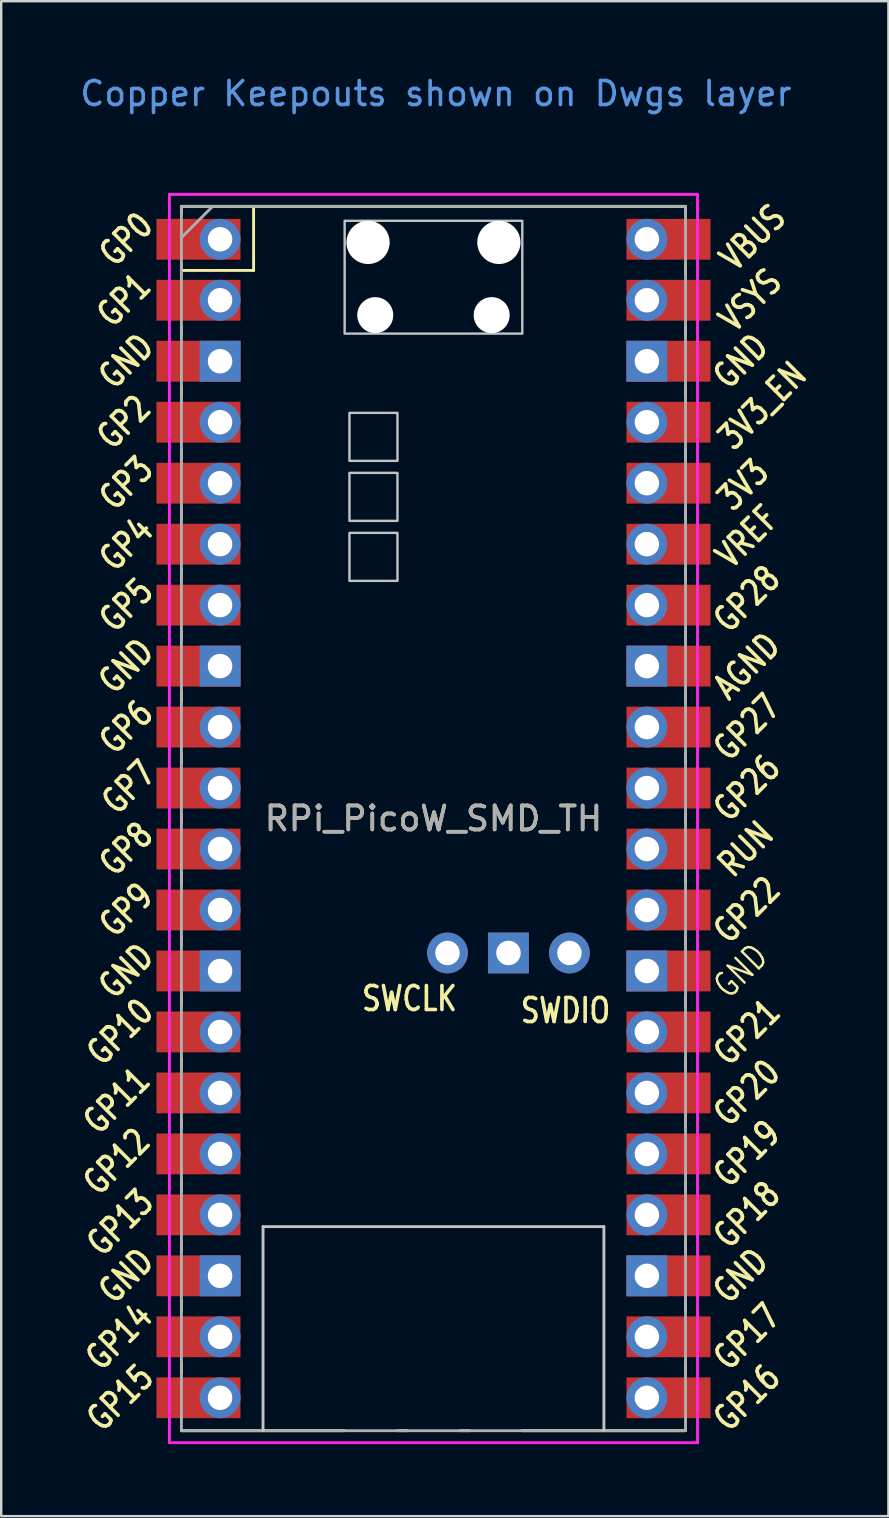
<source format=kicad_pcb>
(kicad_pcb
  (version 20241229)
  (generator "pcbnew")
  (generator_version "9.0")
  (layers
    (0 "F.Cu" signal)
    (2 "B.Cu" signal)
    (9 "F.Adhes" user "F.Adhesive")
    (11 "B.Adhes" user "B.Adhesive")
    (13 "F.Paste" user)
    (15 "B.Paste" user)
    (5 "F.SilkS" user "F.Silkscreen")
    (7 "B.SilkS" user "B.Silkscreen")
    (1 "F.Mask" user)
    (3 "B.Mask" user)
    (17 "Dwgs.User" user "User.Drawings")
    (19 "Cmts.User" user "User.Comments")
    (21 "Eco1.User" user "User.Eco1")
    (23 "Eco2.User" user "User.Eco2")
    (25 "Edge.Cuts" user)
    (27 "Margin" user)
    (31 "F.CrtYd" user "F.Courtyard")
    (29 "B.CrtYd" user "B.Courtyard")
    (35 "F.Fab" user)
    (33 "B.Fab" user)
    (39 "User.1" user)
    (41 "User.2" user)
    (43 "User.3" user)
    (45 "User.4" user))
  (footprint "RPi_PicoW_SMD_TH"
    (layer "F.Cu")
    (at 15.007 31.048)
    (property "Reference" "RPi_PicoW_SMD_TH" (at 0 0 0) (layer "F.SilkS") (effects (font (size 1 1) (thickness 0.15))))
    (attr through_hole)
    (fp_line (start -10.5 -25.5) (end -10.5 -25.2) (stroke (width 0.12) (type solid)) (layer "F.SilkS"))
    (fp_line (start -10.5 -25.5) (end 10.5 -25.5) (stroke (width 0.12) (type solid)) (layer "F.SilkS"))
    (fp_line (start -10.5 -23.1) (end -10.5 -22.7) (stroke (width 0.12) (type solid)) (layer "F.SilkS"))
    (fp_line (start -10.5 -22.833) (end -7.493 -22.833) (stroke (width 0.12) (type solid)) (layer "F.SilkS"))
    (fp_line (start -10.5 -20.5) (end -10.5 -20.1) (stroke (width 0.12) (type solid)) (layer "F.SilkS"))
    (fp_line (start -10.5 -18) (end -10.5 -17.6) (stroke (width 0.12) (type solid)) (layer "F.SilkS"))
    (fp_line (start -10.5 -15.4) (end -10.5 -15) (stroke (width 0.12) (type solid)) (layer "F.SilkS"))
    (fp_line (start -10.5 -12.9) (end -10.5 -12.5) (stroke (width 0.12) (type solid)) (layer "F.SilkS"))
    (fp_line (start -10.5 -10.4) (end -10.5 -10) (stroke (width 0.12) (type solid)) (layer "F.SilkS"))
    (fp_line (start -10.5 -7.8) (end -10.5 -7.4) (stroke (width 0.12) (type solid)) (layer "F.SilkS"))
    (fp_line (start -10.5 -5.3) (end -10.5 -4.9) (stroke (width 0.12) (type solid)) (layer "F.SilkS"))
    (fp_line (start -10.5 -2.7) (end -10.5 -2.3) (stroke (width 0.12) (type solid)) (layer "F.SilkS"))
    (fp_line (start -10.5 -0.2) (end -10.5 0.2) (stroke (width 0.12) (type solid)) (layer "F.SilkS"))
    (fp_line (start -10.5 2.3) (end -10.5 2.7) (stroke (width 0.12) (type solid)) (layer "F.SilkS"))
    (fp_line (start -10.5 4.9) (end -10.5 5.3) (stroke (width 0.12) (type solid)) (layer "F.SilkS"))
    (fp_line (start -10.5 7.4) (end -10.5 7.8) (stroke (width 0.12) (type solid)) (layer "F.SilkS"))
    (fp_line (start -10.5 10) (end -10.5 10.4) (stroke (width 0.12) (type solid)) (layer "F.SilkS"))
    (fp_line (start -10.5 12.5) (end -10.5 12.9) (stroke (width 0.12) (type solid)) (layer "F.SilkS"))
    (fp_line (start -10.5 15.1) (end -10.5 15.5) (stroke (width 0.12) (type solid)) (layer "F.SilkS"))
    (fp_line (start -10.5 17.6) (end -10.5 18) (stroke (width 0.12) (type solid)) (layer "F.SilkS"))
    (fp_line (start -10.5 20.1) (end -10.5 20.5) (stroke (width 0.12) (type solid)) (layer "F.SilkS"))
    (fp_line (start -10.5 22.7) (end -10.5 23.1) (stroke (width 0.12) (type solid)) (layer "F.SilkS"))
    (fp_line (start -7.493 -22.833) (end -7.493 -25.5) (stroke (width 0.12) (type solid)) (layer "F.SilkS"))
    (fp_line (start -3.7 25.5) (end -10.5 25.5) (stroke (width 0.12) (type solid)) (layer "F.SilkS"))
    (fp_line (start -1.5 25.5) (end -1.1 25.5) (stroke (width 0.12) (type solid)) (layer "F.SilkS"))
    (fp_line (start 1.1 25.5) (end 1.5 25.5) (stroke (width 0.12) (type solid)) (layer "F.SilkS"))
    (fp_line (start 10.5 -25.5) (end 10.5 -25.2) (stroke (width 0.12) (type solid)) (layer "F.SilkS"))
    (fp_line (start 10.5 -23.1) (end 10.5 -22.7) (stroke (width 0.12) (type solid)) (layer "F.SilkS"))
    (fp_line (start 10.5 -20.5) (end 10.5 -20.1) (stroke (width 0.12) (type solid)) (layer "F.SilkS"))
    (fp_line (start 10.5 -18) (end 10.5 -17.6) (stroke (width 0.12) (type solid)) (layer "F.SilkS"))
    (fp_line (start 10.5 -15.4) (end 10.5 -15) (stroke (width 0.12) (type solid)) (layer "F.SilkS"))
    (fp_line (start 10.5 -12.9) (end 10.5 -12.5) (stroke (width 0.12) (type solid)) (layer "F.SilkS"))
    (fp_line (start 10.5 -10.4) (end 10.5 -10) (stroke (width 0.12) (type solid)) (layer "F.SilkS"))
    (fp_line (start 10.5 -7.8) (end 10.5 -7.4) (stroke (width 0.12) (type solid)) (layer "F.SilkS"))
    (fp_line (start 10.5 -5.3) (end 10.5 -4.9) (stroke (width 0.12) (type solid)) (layer "F.SilkS"))
    (fp_line (start 10.5 -2.7) (end 10.5 -2.3) (stroke (width 0.12) (type solid)) (layer "F.SilkS"))
    (fp_line (start 10.5 -0.2) (end 10.5 0.2) (stroke (width 0.12) (type solid)) (layer "F.SilkS"))
    (fp_line (start 10.5 2.3) (end 10.5 2.7) (stroke (width 0.12) (type solid)) (layer "F.SilkS"))
    (fp_line (start 10.5 4.9) (end 10.5 5.3) (stroke (width 0.12) (type solid)) (layer "F.SilkS"))
    (fp_line (start 10.5 7.4) (end 10.5 7.8) (stroke (width 0.12) (type solid)) (layer "F.SilkS"))
    (fp_line (start 10.5 10) (end 10.5 10.4) (stroke (width 0.12) (type solid)) (layer "F.SilkS"))
    (fp_line (start 10.5 12.5) (end 10.5 12.9) (stroke (width 0.12) (type solid)) (layer "F.SilkS"))
    (fp_line (start 10.5 15.1) (end 10.5 15.5) (stroke (width 0.12) (type solid)) (layer "F.SilkS"))
    (fp_line (start 10.5 17.6) (end 10.5 18) (stroke (width 0.12) (type solid)) (layer "F.SilkS"))
    (fp_line (start 10.5 20.1) (end 10.5 20.5) (stroke (width 0.12) (type solid)) (layer "F.SilkS"))
    (fp_line (start 10.5 22.7) (end 10.5 23.1) (stroke (width 0.12) (type solid)) (layer "F.SilkS"))
    (fp_line (start 10.5 25.5) (end 3.7 25.5) (stroke (width 0.12) (type solid)) (layer "F.SilkS"))
    (fp_line (start -7.1 17) (end 7.1 17) (stroke (width 0.12) (type solid)) (layer "Dwgs.User"))
    (fp_line (start -7.1 25.5) (end -7.1 17) (stroke (width 0.12) (type solid)) (layer "Dwgs.User"))
    (fp_line (start 7.1 17) (end 7.1 25.5) (stroke (width 0.12) (type solid)) (layer "Dwgs.User"))
    (fp_poly (pts (xy -1.5 -14.9) (xy -3.5 -14.9) (xy -3.5 -16.9) (xy -1.5 -16.9)) (stroke (width 0.1) (type solid)) (fill no) (layer "Dwgs.User"))
    (fp_poly (pts (xy -1.5 -12.4) (xy -3.5 -12.4) (xy -3.5 -14.4) (xy -1.5 -14.4)) (stroke (width 0.1) (type solid)) (fill no) (layer "Dwgs.User"))
    (fp_poly (pts (xy -1.5 -9.9) (xy -3.5 -9.9) (xy -3.5 -11.9) (xy -1.5 -11.9)) (stroke (width 0.1) (type solid)) (fill no) (layer "Dwgs.User"))
    (fp_poly (pts (xy 3.7 -20.2) (xy -3.7 -20.2) (xy -3.7 -24.9) (xy 3.7 -24.9)) (stroke (width 0.1) (type solid)) (fill no) (layer "Dwgs.User"))
    (fp_line (start -11 -26) (end 11 -26) (stroke (width 0.12) (type solid)) (layer "F.CrtYd"))
    (fp_line (start -11 26) (end -11 -26) (stroke (width 0.12) (type solid)) (layer "F.CrtYd"))
    (fp_line (start 11 -26) (end 11 26) (stroke (width 0.12) (type solid)) (layer "F.CrtYd"))
    (fp_line (start 11 26) (end -11 26) (stroke (width 0.12) (type solid)) (layer "F.CrtYd"))
    (fp_line (start -10.5 -25.5) (end 10.5 -25.5) (stroke (width 0.12) (type solid)) (layer "F.Fab"))
    (fp_line (start -10.5 -24.2) (end -9.2 -25.5) (stroke (width 0.12) (type solid)) (layer "F.Fab"))
    (fp_line (start -10.5 25.5) (end -10.5 -25.5) (stroke (width 0.12) (type solid)) (layer "F.Fab"))
    (fp_line (start 10.5 -25.5) (end 10.5 25.5) (stroke (width 0.12) (type solid)) (layer "F.Fab"))
    (fp_line (start 10.5 25.5) (end -10.5 25.5) (stroke (width 0.12) (type solid)) (layer "F.Fab"))
    (fp_text user "GND" (at 12.8 -19.05 45) (layer "F.SilkS") (effects (font (size 1 0.8) (thickness 0.15))))
    (fp_text user "GP19" (at 13.054 13.97 45) (layer "F.SilkS") (effects (font (size 1 0.8) (thickness 0.15))))
    (fp_text user "GP16" (at 13.054 24.13 45) (layer "F.SilkS") (effects (font (size 1 0.8) (thickness 0.15))))
    (fp_text user "GND" (at -12.8 6.35 45) (layer "F.SilkS") (effects (font (size 1 0.8) (thickness 0.15))))
    (fp_text user "VREF" (at 13.068 -11.742 45) (layer "F.SilkS") (effects (font (size 1 0.8) (thickness 0.15))))
    (fp_text user "3V3_EN" (at 13.7 -17.2 45) (layer "F.SilkS") (effects (font (size 1 0.8) (thickness 0.15))))
    (fp_text user "GP13" (at -13.054 16.832 45) (layer "F.SilkS") (effects (font (size 1 0.8) (thickness 0.15))))
    (fp_text user "AGND" (at 13.054 -6.35 45) (layer "F.SilkS") (effects (font (size 1 0.8) (thickness 0.15))))
    (fp_text user "SWDIO" (at 5.5 8 0) (layer "F.SilkS") (effects (font (size 1 0.8) (thickness 0.15))))
    (fp_text user "GP21" (at 13.054 8.9 45) (layer "F.SilkS") (effects (font (size 1 0.8) (thickness 0.15))))
    (fp_text user "GP7" (at -12.7 -1.3 45) (layer "F.SilkS") (effects (font (size 1 0.8) (thickness 0.15))))
    (fp_text user "GP2" (at -12.9 -16.51 45) (layer "F.SilkS") (effects (font (size 1 0.8) (thickness 0.15))))
    (fp_text user "GND" (at 12.8 6.35 45) (layer "F.SilkS") (effects (font (size 1 0.8) (thickness 0.1))))
    (fp_text user "GP11" (at -13.2 11.752 45) (layer "F.SilkS") (effects (font (size 1 0.8) (thickness 0.15))))
    (fp_text user "SWCLK" (at -1 7.5 0) (layer "F.SilkS") (effects (font (size 1 0.8) (thickness 0.15))))
    (fp_text user "3V3" (at 12.9 -13.9 45) (layer "F.SilkS") (effects (font (size 1 0.8) (thickness 0.15))))
    (fp_text user "VBUS" (at 13.3 -24.2 45) (layer "F.SilkS") (effects (font (size 1 0.8) (thickness 0.15))))
    (fp_text user "GP4" (at -12.8 -11.43 45) (layer "F.SilkS") (effects (font (size 1 0.8) (thickness 0.15))))
    (fp_text user "GP9" (at -12.8 3.81 45) (layer "F.SilkS") (effects (font (size 1 0.8) (thickness 0.15))))
    (fp_text user "GP22" (at 13.054 3.81 45) (layer "F.SilkS") (effects (font (size 1 0.8) (thickness 0.15))))
    (fp_text user "GP12" (at -13.2 14.293 45) (layer "F.SilkS") (effects (font (size 1 0.8) (thickness 0.15))))
    (fp_text user "GP14" (at -13.1 21.59 45) (layer "F.SilkS") (effects (font (size 1 0.8) (thickness 0.15))))
    (fp_text user "GP5" (at -12.8 -8.89 45) (layer "F.SilkS") (effects (font (size 1 0.8) (thickness 0.15))))
    (fp_text user "GP0" (at -12.8 -24.13 45) (layer "F.SilkS") (effects (font (size 1 0.8) (thickness 0.15))))
    (fp_text user "GND" (at -12.8 -6.35 45) (layer "F.SilkS") (effects (font (size 1 0.8) (thickness 0.15))))
    (fp_text user "VSYS" (at 13.2 -21.59 45) (layer "F.SilkS") (effects (font (size 1 0.8) (thickness 0.15))))
    (fp_text user "GP15" (at -13.054 24.13 45) (layer "F.SilkS") (effects (font (size 1 0.8) (thickness 0.15))))
    (fp_text user "GND" (at -12.8 -19.05 45) (layer "F.SilkS") (effects (font (size 1 0.8) (thickness 0.15))))
    (fp_text user "GP18" (at 13.054 16.51 45) (layer "F.SilkS") (effects (font (size 1 0.8) (thickness 0.15))))
    (fp_text user "GP3" (at -12.8 -13.97 45) (layer "F.SilkS") (effects (font (size 1 0.8) (thickness 0.15))))
    (fp_text user "RUN" (at 13 1.27 45) (layer "F.SilkS") (effects (font (size 1 0.8) (thickness 0.15))))
    (fp_text user "GP20" (at 13.054 11.43 45) (layer "F.SilkS") (effects (font (size 1 0.8) (thickness 0.15))))
    (fp_text user "GP27" (at 13.054 -3.8 45) (layer "F.SilkS") (effects (font (size 1 0.8) (thickness 0.15))))
    (fp_text user "GND" (at -12.8 19.05 45) (layer "F.SilkS") (effects (font (size 1 0.8) (thickness 0.15))))
    (fp_text user "GP8" (at -12.8 1.27 45) (layer "F.SilkS") (effects (font (size 1 0.8) (thickness 0.15))))
    (fp_text user "GP10" (at -13.054 8.89 45) (layer "F.SilkS") (effects (font (size 1 0.8) (thickness 0.15))))
    (fp_text user "GP26" (at 13.054 -1.27 45) (layer "F.SilkS") (effects (font (size 1 0.8) (thickness 0.15))))
    (fp_text user "GP1" (at -12.9 -21.6 45) (layer "F.SilkS") (effects (font (size 1 0.8) (thickness 0.15))))
    (fp_text user "GP6" (at -12.8 -3.81 45) (layer "F.SilkS") (effects (font (size 1 0.8) (thickness 0.15))))
    (fp_text user "GND" (at 12.8 19.05 45) (layer "F.SilkS") (effects (font (size 1 0.8) (thickness 0.15))))
    (fp_text user "GP28" (at 13.054 -9.144 45) (layer "F.SilkS") (effects (font (size 1 0.8) (thickness 0.15))))
    (fp_text user "GP17" (at 13.054 21.59 45) (layer "F.SilkS") (effects (font (size 1 0.8) (thickness 0.15))))
    (fp_text user "Copper Keepouts shown on Dwgs layer" (at 0.1 -30.2 0) (layer "Cmts.User") (effects (font (size 1 1) (thickness 0.15))))
    (fp_text user "${REFERENCE}" (at 0 0 180) (layer "F.Fab") (effects (font (size 1 1) (thickness 0.15))))
    (pad "" np_thru_hole oval (at -2.725 -24) (size 1.8 1.8) (drill 1.8) (layers "*.Cu" "*.Mask"))
    (pad "" np_thru_hole oval (at -2.425 -20.97) (size 1.5 1.5) (drill 1.5) (layers "*.Cu" "*.Mask"))
    (pad "" np_thru_hole oval (at 2.425 -20.97) (size 1.5 1.5) (drill 1.5) (layers "*.Cu" "*.Mask"))
    (pad "" np_thru_hole oval (at 2.725 -24) (size 1.8 1.8) (drill 1.8) (layers "*.Cu" "*.Mask"))
    (pad "1" thru_hole oval (at -8.89 -24.13) (size 1.7 1.7) (drill 1.02) (layers "*.Cu" "*.Mask"))
    (pad "1" smd rect (at -8.89 -24.13) (size 3.5 1.7) (drill (offset -0.9 0)) (layers "F.Cu" "F.Mask"))
    (pad "2" thru_hole oval (at -8.89 -21.59) (size 1.7 1.7) (drill 1.02) (layers "*.Cu" "*.Mask"))
    (pad "2" smd rect (at -8.89 -21.59) (size 3.5 1.7) (drill (offset -0.9 0)) (layers "F.Cu" "F.Mask"))
    (pad "3" thru_hole rect (at -8.89 -19.05) (size 1.7 1.7) (drill 1.02) (layers "*.Cu" "*.Mask"))
    (pad "3" smd rect (at -8.89 -19.05) (size 3.5 1.7) (drill (offset -0.9 0)) (layers "F.Cu" "F.Mask"))
    (pad "4" thru_hole oval (at -8.89 -16.51) (size 1.7 1.7) (drill 1.02) (layers "*.Cu" "*.Mask"))
    (pad "4" smd rect (at -8.89 -16.51) (size 3.5 1.7) (drill (offset -0.9 0)) (layers "F.Cu" "F.Mask"))
    (pad "5" thru_hole oval (at -8.89 -13.97) (size 1.7 1.7) (drill 1.02) (layers "*.Cu" "*.Mask"))
    (pad "5" smd rect (at -8.89 -13.97) (size 3.5 1.7) (drill (offset -0.9 0)) (layers "F.Cu" "F.Mask"))
    (pad "6" thru_hole oval (at -8.89 -11.43) (size 1.7 1.7) (drill 1.02) (layers "*.Cu" "*.Mask"))
    (pad "6" smd rect (at -8.89 -11.43) (size 3.5 1.7) (drill (offset -0.9 0)) (layers "F.Cu" "F.Mask"))
    (pad "7" thru_hole oval (at -8.89 -8.89) (size 1.7 1.7) (drill 1.02) (layers "*.Cu" "*.Mask"))
    (pad "7" smd rect (at -8.89 -8.89) (size 3.5 1.7) (drill (offset -0.9 0)) (layers "F.Cu" "F.Mask"))
    (pad "8" thru_hole rect (at -8.89 -6.35) (size 1.7 1.7) (drill 1.02) (layers "*.Cu" "*.Mask"))
    (pad "8" smd rect (at -8.89 -6.35) (size 3.5 1.7) (drill (offset -0.9 0)) (layers "F.Cu" "F.Mask"))
    (pad "9" thru_hole oval (at -8.89 -3.81) (size 1.7 1.7) (drill 1.02) (layers "*.Cu" "*.Mask"))
    (pad "9" smd rect (at -8.89 -3.81) (size 3.5 1.7) (drill (offset -0.9 0)) (layers "F.Cu" "F.Mask"))
    (pad "10" thru_hole oval (at -8.89 -1.27) (size 1.7 1.7) (drill 1.02) (layers "*.Cu" "*.Mask"))
    (pad "10" smd rect (at -8.89 -1.27) (size 3.5 1.7) (drill (offset -0.9 0)) (layers "F.Cu" "F.Mask"))
    (pad "11" thru_hole oval (at -8.89 1.27) (size 1.7 1.7) (drill 1.02) (layers "*.Cu" "*.Mask"))
    (pad "11" smd rect (at -8.89 1.27) (size 3.5 1.7) (drill (offset -0.9 0)) (layers "F.Cu" "F.Mask"))
    (pad "12" thru_hole oval (at -8.89 3.81) (size 1.7 1.7) (drill 1.02) (layers "*.Cu" "*.Mask"))
    (pad "12" smd rect (at -8.89 3.81) (size 3.5 1.7) (drill (offset -0.9 0)) (layers "F.Cu" "F.Mask"))
    (pad "13" thru_hole rect (at -8.89 6.35) (size 1.7 1.7) (drill 1.02) (layers "*.Cu" "*.Mask"))
    (pad "13" smd rect (at -8.89 6.35) (size 3.5 1.7) (drill (offset -0.9 0)) (layers "F.Cu" "F.Mask"))
    (pad "14" thru_hole oval (at -8.89 8.89) (size 1.7 1.7) (drill 1.02) (layers "*.Cu" "*.Mask"))
    (pad "14" smd rect (at -8.89 8.89) (size 3.5 1.7) (drill (offset -0.9 0)) (layers "F.Cu" "F.Mask"))
    (pad "15" thru_hole oval (at -8.89 11.43) (size 1.7 1.7) (drill 1.02) (layers "*.Cu" "*.Mask"))
    (pad "15" smd rect (at -8.89 11.43) (size 3.5 1.7) (drill (offset -0.9 0)) (layers "F.Cu" "F.Mask"))
    (pad "16" thru_hole oval (at -8.89 13.97) (size 1.7 1.7) (drill 1.02) (layers "*.Cu" "*.Mask"))
    (pad "16" smd rect (at -8.89 13.97) (size 3.5 1.7) (drill (offset -0.9 0)) (layers "F.Cu" "F.Mask"))
    (pad "17" thru_hole oval (at -8.89 16.51) (size 1.7 1.7) (drill 1.02) (layers "*.Cu" "*.Mask"))
    (pad "17" smd rect (at -8.89 16.51) (size 3.5 1.7) (drill (offset -0.9 0)) (layers "F.Cu" "F.Mask"))
    (pad "18" thru_hole rect (at -8.89 19.05) (size 1.7 1.7) (drill 1.02) (layers "*.Cu" "*.Mask"))
    (pad "18" smd rect (at -8.89 19.05) (size 3.5 1.7) (drill (offset -0.9 0)) (layers "F.Cu" "F.Mask"))
    (pad "19" thru_hole oval (at -8.89 21.59) (size 1.7 1.7) (drill 1.02) (layers "*.Cu" "*.Mask"))
    (pad "19" smd rect (at -8.89 21.59) (size 3.5 1.7) (drill (offset -0.9 0)) (layers "F.Cu" "F.Mask"))
    (pad "20" thru_hole oval (at -8.89 24.13) (size 1.7 1.7) (drill 1.02) (layers "*.Cu" "*.Mask"))
    (pad "20" smd rect (at -8.89 24.13) (size 3.5 1.7) (drill (offset -0.9 0)) (layers "F.Cu" "F.Mask"))
    (pad "21" thru_hole oval (at 8.89 24.13) (size 1.7 1.7) (drill 1.02) (layers "*.Cu" "*.Mask"))
    (pad "21" smd rect (at 8.89 24.13) (size 3.5 1.7) (drill (offset 0.9 0)) (layers "F.Cu" "F.Mask"))
    (pad "22" thru_hole oval (at 8.89 21.59) (size 1.7 1.7) (drill 1.02) (layers "*.Cu" "*.Mask"))
    (pad "22" smd rect (at 8.89 21.59) (size 3.5 1.7) (drill (offset 0.9 0)) (layers "F.Cu" "F.Mask"))
    (pad "23" thru_hole rect (at 8.89 19.05) (size 1.7 1.7) (drill 1.02) (layers "*.Cu" "*.Mask"))
    (pad "23" smd rect (at 8.89 19.05) (size 3.5 1.7) (drill (offset 0.9 0)) (layers "F.Cu" "F.Mask"))
    (pad "24" thru_hole oval (at 8.89 16.51) (size 1.7 1.7) (drill 1.02) (layers "*.Cu" "*.Mask"))
    (pad "24" smd rect (at 8.89 16.51) (size 3.5 1.7) (drill (offset 0.9 0)) (layers "F.Cu" "F.Mask"))
    (pad "25" thru_hole oval (at 8.89 13.97) (size 1.7 1.7) (drill 1.02) (layers "*.Cu" "*.Mask"))
    (pad "25" smd rect (at 8.89 13.97) (size 3.5 1.7) (drill (offset 0.9 0)) (layers "F.Cu" "F.Mask"))
    (pad "26" thru_hole oval (at 8.89 11.43) (size 1.7 1.7) (drill 1.02) (layers "*.Cu" "*.Mask"))
    (pad "26" smd rect (at 8.89 11.43) (size 3.5 1.7) (drill (offset 0.9 0)) (layers "F.Cu" "F.Mask"))
    (pad "27" thru_hole oval (at 8.89 8.89) (size 1.7 1.7) (drill 1.02) (layers "*.Cu" "*.Mask"))
    (pad "27" smd rect (at 8.89 8.89) (size 3.5 1.7) (drill (offset 0.9 0)) (layers "F.Cu" "F.Mask"))
    (pad "28" thru_hole rect (at 8.89 6.35) (size 1.7 1.7) (drill 1.02) (layers "*.Cu" "*.Mask"))
    (pad "28" smd rect (at 8.89 6.35) (size 3.5 1.7) (drill (offset 0.9 0)) (layers "F.Cu" "F.Mask"))
    (pad "29" thru_hole oval (at 8.89 3.81) (size 1.7 1.7) (drill 1.02) (layers "*.Cu" "*.Mask"))
    (pad "29" smd rect (at 8.89 3.81) (size 3.5 1.7) (drill (offset 0.9 0)) (layers "F.Cu" "F.Mask"))
    (pad "30" thru_hole oval (at 8.89 1.27) (size 1.7 1.7) (drill 1.02) (layers "*.Cu" "*.Mask"))
    (pad "30" smd rect (at 8.89 1.27) (size 3.5 1.7) (drill (offset 0.9 0)) (layers "F.Cu" "F.Mask"))
    (pad "31" thru_hole oval (at 8.89 -1.27) (size 1.7 1.7) (drill 1.02) (layers "*.Cu" "*.Mask"))
    (pad "31" smd rect (at 8.89 -1.27) (size 3.5 1.7) (drill (offset 0.9 0)) (layers "F.Cu" "F.Mask"))
    (pad "32" thru_hole oval (at 8.89 -3.81) (size 1.7 1.7) (drill 1.02) (layers "*.Cu" "*.Mask"))
    (pad "32" smd rect (at 8.89 -3.81) (size 3.5 1.7) (drill (offset 0.9 0)) (layers "F.Cu" "F.Mask"))
    (pad "33" thru_hole rect (at 8.89 -6.35) (size 1.7 1.7) (drill 1.02) (layers "*.Cu" "*.Mask"))
    (pad "33" smd rect (at 8.89 -6.35) (size 3.5 1.7) (drill (offset 0.9 0)) (layers "F.Cu" "F.Mask"))
    (pad "34" thru_hole oval (at 8.89 -8.89) (size 1.7 1.7) (drill 1.02) (layers "*.Cu" "*.Mask"))
    (pad "34" smd rect (at 8.89 -8.89) (size 3.5 1.7) (drill (offset 0.9 0)) (layers "F.Cu" "F.Mask"))
    (pad "35" thru_hole oval (at 8.89 -11.43) (size 1.7 1.7) (drill 1.02) (layers "*.Cu" "*.Mask"))
    (pad "35" smd rect (at 8.89 -11.43) (size 3.5 1.7) (drill (offset 0.9 0)) (layers "F.Cu" "F.Mask"))
    (pad "36" thru_hole oval (at 8.89 -13.97) (size 1.7 1.7) (drill 1.02) (layers "*.Cu" "*.Mask"))
    (pad "36" smd rect (at 8.89 -13.97) (size 3.5 1.7) (drill (offset 0.9 0)) (layers "F.Cu" "F.Mask"))
    (pad "37" thru_hole oval (at 8.89 -16.51) (size 1.7 1.7) (drill 1.02) (layers "*.Cu" "*.Mask"))
    (pad "37" smd rect (at 8.89 -16.51) (size 3.5 1.7) (drill (offset 0.9 0)) (layers "F.Cu" "F.Mask"))
    (pad "38" thru_hole rect (at 8.89 -19.05) (size 1.7 1.7) (drill 1.02) (layers "*.Cu" "*.Mask"))
    (pad "38" smd rect (at 8.89 -19.05) (size 3.5 1.7) (drill (offset 0.9 0)) (layers "F.Cu" "F.Mask"))
    (pad "39" thru_hole oval (at 8.89 -21.59) (size 1.7 1.7) (drill 1.02) (layers "*.Cu" "*.Mask"))
    (pad "39" smd rect (at 8.89 -21.59) (size 3.5 1.7) (drill (offset 0.9 0)) (layers "F.Cu" "F.Mask"))
    (pad "40" thru_hole oval (at 8.89 -24.13) (size 1.7 1.7) (drill 1.02) (layers "*.Cu" "*.Mask"))
    (pad "40" smd rect (at 8.89 -24.13) (size 3.5 1.7) (drill (offset 0.9 0)) (layers "F.Cu" "F.Mask"))
    (pad "41" thru_hole oval (at 0.584 5.6) (size 1.7 1.7) (drill 1.02) (layers "*.Cu" "*.Mask"))
    (pad "42" thru_hole rect (at 3.124 5.6) (size 1.7 1.7) (drill 1.02) (layers "*.Cu" "*.Mask"))
    (pad "43" thru_hole oval (at 5.664 5.6) (size 1.7 1.7) (drill 1.02) (layers "*.Cu" "*.Mask")))
  (gr_rect
    (start -3 -3)
    (end 33.958 60.108)
    (stroke (width 0.1) (type default))
    (fill no)
    (layer "Edge.Cuts")))
</source>
